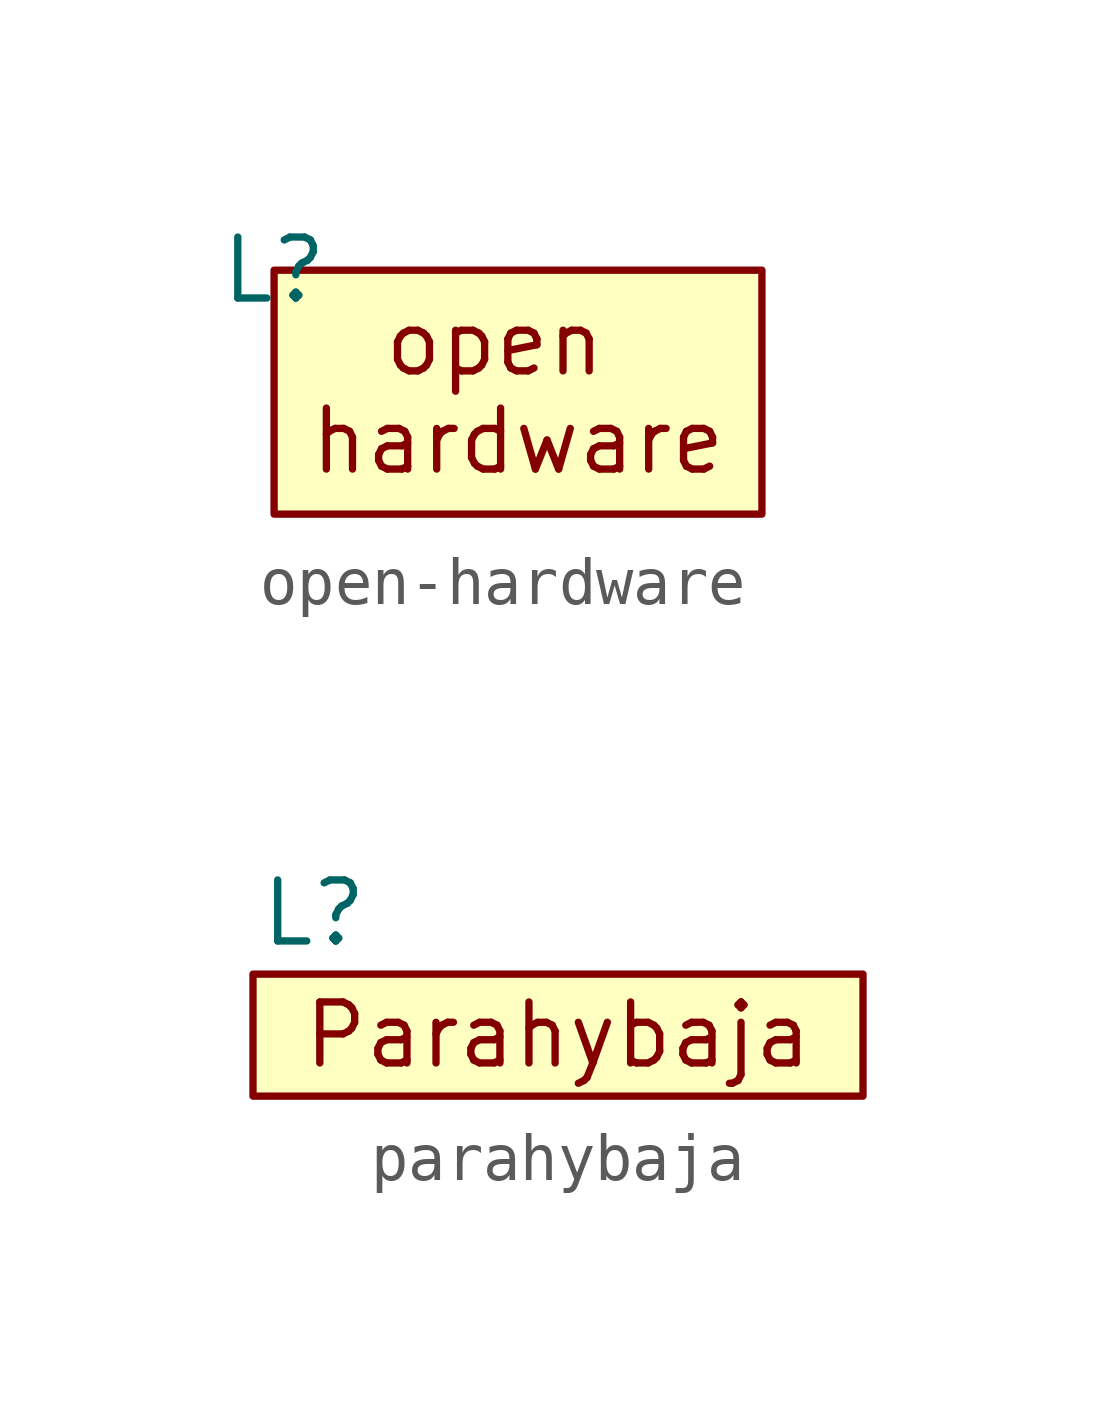
<source format=kicad_sym>
(kicad_symbol_lib
  (version 20220914)
  (generator kicad_symbol_editor)
  (symbol "open-hardware"
    (property "Reference" "L"
      (at 0 0 0)
      (effects (font (size 1.27 1.27))))
    (property "Value" ""
      (at 0 0 0)
      (effects (font (size 1.27 1.27))))
    (symbol "open-hardware_1_1"
      (rectangle (start 0 0) (end 10.16 -5.08) (stroke (width 0) (type default)) (fill (type background)))
      (text "open \nhardware" (at 5.08 -2.54 0) (effects (font (size 1.27 1.27))))))
  (symbol "parahybaja"
    (property "Reference" "L"
      (at 0 0 0)
      (effects (font (size 1.27 1.27))))
    (property "Value" ""
      (at 0 0 0)
      (effects (font (size 1.27 1.27))))
    (symbol "parahybaja_1_1"
      (rectangle (start -1.27 -1.27) (end 11.43 -3.81) (stroke (width 0) (type default)) (fill (type background)))
      (text "Parahybaja" (at 5.08 -2.54 0) (effects (font (size 1.27 1.27)))))))
</source>
